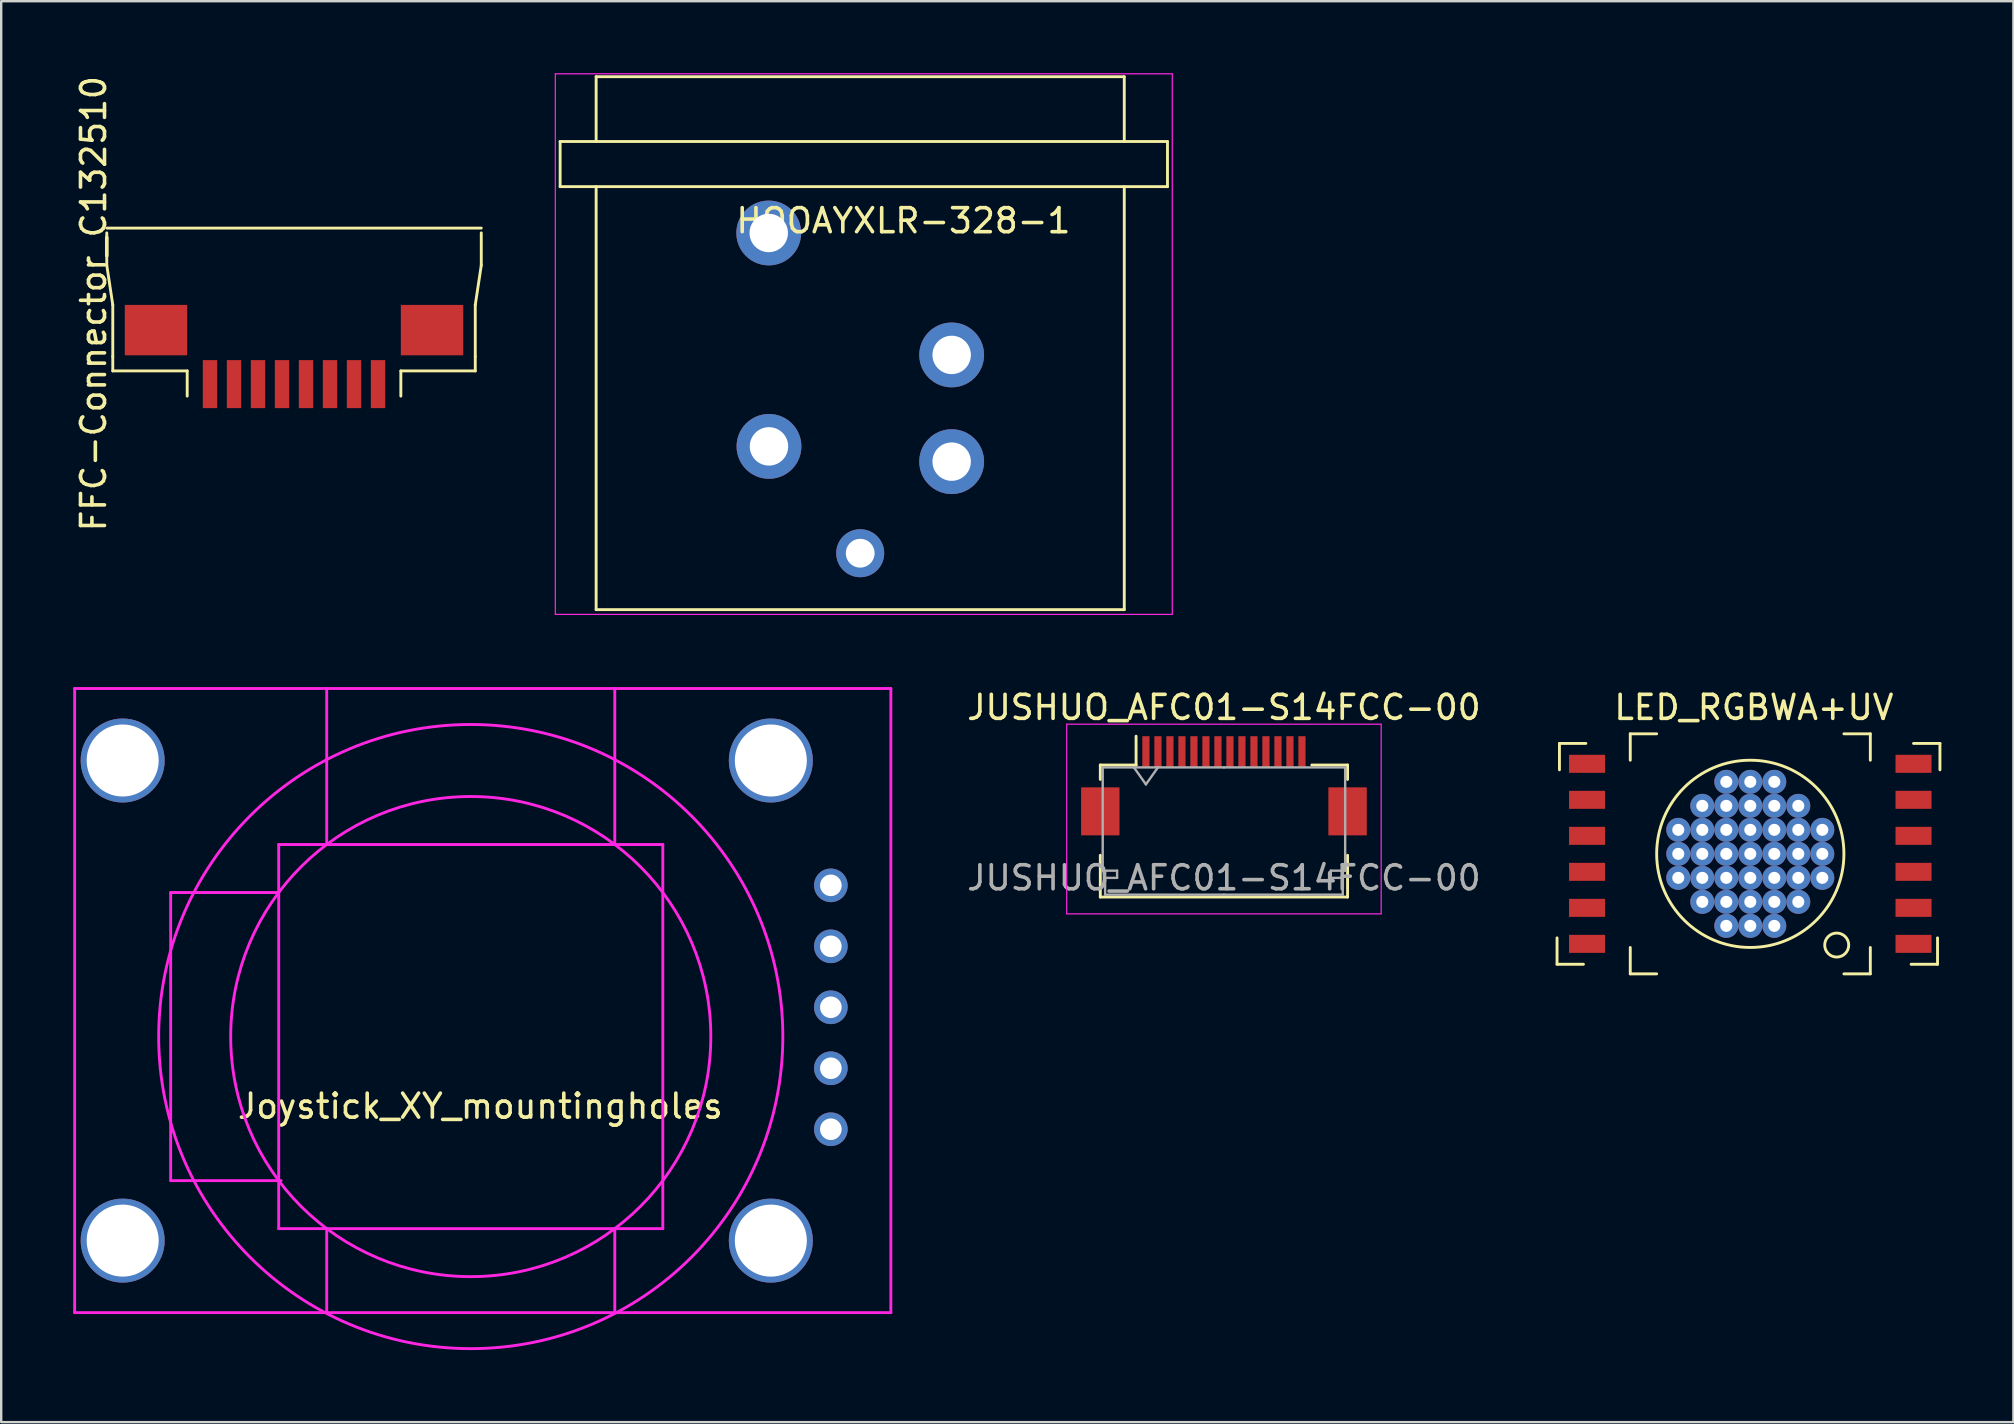
<source format=kicad_pcb>
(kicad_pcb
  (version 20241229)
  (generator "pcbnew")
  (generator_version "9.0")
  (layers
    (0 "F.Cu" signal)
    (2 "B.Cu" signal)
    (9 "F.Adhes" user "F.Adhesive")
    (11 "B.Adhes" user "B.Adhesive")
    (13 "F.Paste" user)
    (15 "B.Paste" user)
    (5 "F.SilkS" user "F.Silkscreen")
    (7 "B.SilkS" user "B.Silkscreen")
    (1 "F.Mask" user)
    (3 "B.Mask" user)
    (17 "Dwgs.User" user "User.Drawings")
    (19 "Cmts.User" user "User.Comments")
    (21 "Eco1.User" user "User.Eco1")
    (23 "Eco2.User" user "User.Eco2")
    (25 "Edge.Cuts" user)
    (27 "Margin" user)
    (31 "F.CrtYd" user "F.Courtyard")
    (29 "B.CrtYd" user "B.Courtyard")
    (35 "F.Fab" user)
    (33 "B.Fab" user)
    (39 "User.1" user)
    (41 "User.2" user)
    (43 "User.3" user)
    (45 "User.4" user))
  (footprint "JUSHUO_AFC01-S14FCC-00"
    (layer "F.Cu")
    (at 47.935 30.118)
    (property "Reference" "JUSHUO_AFC01-S14FCC-00" (at 0 -3.7 0) (layer "F.SilkS") (effects (font (size 1 1) (thickness 0.15))))
    (attr smd)
    (fp_line (start -5.15 -1.3) (end -5.15 -0.7) (stroke (width 0.12) (type solid)) (layer "F.SilkS"))
    (fp_line (start -5.15 2.46) (end -5.15 4.2) (stroke (width 0.12) (type solid)) (layer "F.SilkS"))
    (fp_line (start -5.15 4.2) (end 5.15 4.2) (stroke (width 0.12) (type solid)) (layer "F.SilkS"))
    (fp_line (start -3.66 -1.3) (end -5.15 -1.3) (stroke (width 0.12) (type solid)) (layer "F.SilkS"))
    (fp_line (start -3.66 -1.3) (end -3.66 -2.5) (stroke (width 0.12) (type solid)) (layer "F.SilkS"))
    (fp_line (start 3.66 -1.3) (end 5.15 -1.3) (stroke (width 0.12) (type solid)) (layer "F.SilkS"))
    (fp_line (start 5.15 -1.3) (end 5.15 -0.7) (stroke (width 0.12) (type solid)) (layer "F.SilkS"))
    (fp_line (start 5.15 4.2) (end 5.15 2.46) (stroke (width 0.12) (type solid)) (layer "F.SilkS"))
    (fp_line (start -6.55 -3) (end -6.55 4.9) (stroke (width 0.05) (type solid)) (layer "F.CrtYd"))
    (fp_line (start -6.55 4.9) (end 6.55 4.9) (stroke (width 0.05) (type solid)) (layer "F.CrtYd"))
    (fp_line (start 6.55 -3) (end -6.55 -3) (stroke (width 0.05) (type solid)) (layer "F.CrtYd"))
    (fp_line (start 6.55 4.9) (end 6.55 -3) (stroke (width 0.05) (type solid)) (layer "F.CrtYd"))
    (fp_line (start -5.05 -1.2) (end -5.05 3.1) (stroke (width 0.1) (type solid)) (layer "F.Fab"))
    (fp_line (start -5.05 3.1) (end -4.45 3.1) (stroke (width 0.1) (type solid)) (layer "F.Fab"))
    (fp_line (start -4.95 3.4) (end -4.95 4.1) (stroke (width 0.1) (type solid)) (layer "F.Fab"))
    (fp_line (start -4.95 4.1) (end 0 4.1) (stroke (width 0.1) (type solid)) (layer "F.Fab"))
    (fp_line (start -4.45 3.1) (end -4.45 3.4) (stroke (width 0.1) (type solid)) (layer "F.Fab"))
    (fp_line (start -4.45 3.4) (end -4.95 3.4) (stroke (width 0.1) (type solid)) (layer "F.Fab"))
    (fp_line (start -3.75 -1.2) (end -3.25 -0.493) (stroke (width 0.1) (type solid)) (layer "F.Fab"))
    (fp_line (start -3.25 -0.493) (end -2.75 -1.2) (stroke (width 0.1) (type solid)) (layer "F.Fab"))
    (fp_line (start 0 -1.2) (end -5.05 -1.2) (stroke (width 0.1) (type solid)) (layer "F.Fab"))
    (fp_line (start 0 -1.2) (end 5.05 -1.2) (stroke (width 0.1) (type solid)) (layer "F.Fab"))
    (fp_line (start 4.45 3.1) (end 4.45 3.4) (stroke (width 0.1) (type solid)) (layer "F.Fab"))
    (fp_line (start 4.45 3.4) (end 4.95 3.4) (stroke (width 0.1) (type solid)) (layer "F.Fab"))
    (fp_line (start 4.95 3.4) (end 4.95 4.1) (stroke (width 0.1) (type solid)) (layer "F.Fab"))
    (fp_line (start 4.95 4.1) (end 0 4.1) (stroke (width 0.1) (type solid)) (layer "F.Fab"))
    (fp_line (start 5.05 -1.2) (end 5.05 3.1) (stroke (width 0.1) (type solid)) (layer "F.Fab"))
    (fp_line (start 5.05 3.1) (end 4.45 3.1) (stroke (width 0.1) (type solid)) (layer "F.Fab"))
    (fp_text user "${REFERENCE}" (at 0 3.4 0) (layer "F.Fab") (effects (font (size 1 1) (thickness 0.15))))
    (pad "" smd rect (at -5.15 0.63) (size 1.6 2) (layers "F.Cu" "F.Mask" "F.Paste"))
    (pad "" smd rect (at 5.15 0.63) (size 1.6 2) (layers "F.Cu" "F.Mask" "F.Paste"))
    (pad "1" smd rect (at -3.25 -1.85) (size 0.3 1.3) (layers "F.Cu" "F.Mask" "F.Paste"))
    (pad "2" smd rect (at -2.75 -1.85) (size 0.3 1.3) (layers "F.Cu" "F.Mask" "F.Paste"))
    (pad "3" smd rect (at -2.25 -1.85) (size 0.3 1.3) (layers "F.Cu" "F.Mask" "F.Paste"))
    (pad "4" smd rect (at -1.75 -1.85) (size 0.3 1.3) (layers "F.Cu" "F.Mask" "F.Paste"))
    (pad "5" smd rect (at -1.25 -1.85) (size 0.3 1.3) (layers "F.Cu" "F.Mask" "F.Paste"))
    (pad "6" smd rect (at -0.75 -1.85) (size 0.3 1.3) (layers "F.Cu" "F.Mask" "F.Paste"))
    (pad "7" smd rect (at -0.25 -1.85) (size 0.3 1.3) (layers "F.Cu" "F.Mask" "F.Paste"))
    (pad "8" smd rect (at 0.25 -1.85) (size 0.3 1.3) (layers "F.Cu" "F.Mask" "F.Paste"))
    (pad "9" smd rect (at 0.75 -1.85) (size 0.3 1.3) (layers "F.Cu" "F.Mask" "F.Paste"))
    (pad "10" smd rect (at 1.25 -1.85) (size 0.3 1.3) (layers "F.Cu" "F.Mask" "F.Paste"))
    (pad "11" smd rect (at 1.75 -1.85) (size 0.3 1.3) (layers "F.Cu" "F.Mask" "F.Paste"))
    (pad "12" smd rect (at 2.25 -1.85) (size 0.3 1.3) (layers "F.Cu" "F.Mask" "F.Paste"))
    (pad "13" smd rect (at 2.75 -1.85) (size 0.3 1.3) (layers "F.Cu" "F.Mask" "F.Paste"))
    (pad "14" smd rect (at 3.25 -1.85) (size 0.3 1.3) (layers "F.Cu" "F.Mask" "F.Paste")))
  (footprint "FFC-Connector_C132510"
    (layer "F.Cu")
    (at 9.198 10.901)
    (property "Reference" "FFC-Connector_C132510" (at -8.35 -1.3 90) (layer "F.SilkS") (effects (font (size 1 1) (thickness 0.15))))
    (attr through_hole)
    (fp_line (start -7.8 -4.45) (end 7.8 -4.45) (stroke (width 0.12) (type solid)) (layer "F.SilkS"))
    (fp_line (start -7.8 -4.25) (end -7.8 -2.9) (stroke (width 0.12) (type solid)) (layer "F.SilkS"))
    (fp_line (start -7.8 -2.9) (end -7.55 -1.25) (stroke (width 0.12) (type solid)) (layer "F.SilkS"))
    (fp_line (start -7.55 -1.25) (end -7.55 0.9) (stroke (width 0.12) (type solid)) (layer "F.SilkS"))
    (fp_line (start -7.55 0.9) (end -7.55 1.5) (stroke (width 0.12) (type solid)) (layer "F.SilkS"))
    (fp_line (start -7.55 1.5) (end -4.45 1.5) (stroke (width 0.12) (type solid)) (layer "F.SilkS"))
    (fp_line (start -4.45 1.5) (end -4.45 2.55) (stroke (width 0.12) (type solid)) (layer "F.SilkS"))
    (fp_line (start 4.45 1.5) (end 4.45 2.55) (stroke (width 0.12) (type solid)) (layer "F.SilkS"))
    (fp_line (start 7.55 -1.25) (end 7.55 0.9) (stroke (width 0.12) (type solid)) (layer "F.SilkS"))
    (fp_line (start 7.55 0.9) (end 7.55 1.5) (stroke (width 0.12) (type solid)) (layer "F.SilkS"))
    (fp_line (start 7.55 1.5) (end 4.45 1.5) (stroke (width 0.12) (type solid)) (layer "F.SilkS"))
    (fp_line (start 7.8 -4.25) (end 7.8 -2.9) (stroke (width 0.12) (type solid)) (layer "F.SilkS"))
    (fp_line (start 7.8 -2.9) (end 7.55 -1.25) (stroke (width 0.12) (type solid)) (layer "F.SilkS"))
    (pad "" smd rect (at -5.75 -0.2 180) (size 2.6 2.1) (layers "F.Cu" "F.Mask" "F.Paste"))
    (pad "" smd rect (at 5.75 -0.2 180) (size 2.6 2.1) (layers "F.Cu" "F.Mask" "F.Paste"))
    (pad "1" smd rect (at -3.5 2.05) (size 0.6 2) (layers "F.Cu" "F.Mask" "F.Paste"))
    (pad "2" smd rect (at -2.5 2.05) (size 0.6 2) (layers "F.Cu" "F.Mask" "F.Paste"))
    (pad "3" smd rect (at -1.5 2.05) (size 0.6 2) (layers "F.Cu" "F.Mask" "F.Paste"))
    (pad "4" smd rect (at -0.5 2.05) (size 0.6 2) (layers "F.Cu" "F.Mask" "F.Paste"))
    (pad "5" smd rect (at 0.5 2.05) (size 0.6 2) (layers "F.Cu" "F.Mask" "F.Paste"))
    (pad "6" smd rect (at 1.5 2.05) (size 0.6 2) (layers "F.Cu" "F.Mask" "F.Paste"))
    (pad "7" smd rect (at 2.5 2.05) (size 0.6 2) (layers "F.Cu" "F.Mask" "F.Paste"))
    (pad "8" smd rect (at 3.5 2.05) (size 0.6 2) (layers "F.Cu" "F.Mask" "F.Paste")))
  (footprint "Joystick_XY_mountingholes"
    (layer "F.Cu")
    (at 16.56 40.13)
    (property "Reference" "Joystick_XY_mountingholes" (at 0.4 2.9 0) (layer "F.SilkS") (effects (font (size 1 1) (thickness 0.15))))
    (attr through_hole)
    (fp_line (start -16.5 -14.5) (end 17.5 -14.5) (stroke (width 0.12) (type solid)) (layer "F.CrtYd"))
    (fp_line (start -16.5 11.5) (end -16.5 -14.5) (stroke (width 0.12) (type solid)) (layer "F.CrtYd"))
    (fp_line (start -12.5 -6) (end -12.5 6) (stroke (width 0.12) (type solid)) (layer "F.CrtYd"))
    (fp_line (start -12.5 6) (end -7.9 6) (stroke (width 0.12) (type solid)) (layer "F.CrtYd"))
    (fp_line (start -8 -8) (end -8 8) (stroke (width 0.12) (type solid)) (layer "F.CrtYd"))
    (fp_line (start -8 -8) (end 8 -8) (stroke (width 0.12) (type solid)) (layer "F.CrtYd"))
    (fp_line (start -8 -6) (end -12.5 -6) (stroke (width 0.12) (type solid)) (layer "F.CrtYd"))
    (fp_line (start -6 -8) (end -6 -14.5) (stroke (width 0.12) (type solid)) (layer "F.CrtYd"))
    (fp_line (start -6 8) (end -6 11.5) (stroke (width 0.12) (type solid)) (layer "F.CrtYd"))
    (fp_line (start 6 -8) (end 6 -14.5) (stroke (width 0.12) (type solid)) (layer "F.CrtYd"))
    (fp_line (start 6 8) (end 6 11.5) (stroke (width 0.12) (type solid)) (layer "F.CrtYd"))
    (fp_line (start 8 8) (end -8 8) (stroke (width 0.12) (type solid)) (layer "F.CrtYd"))
    (fp_line (start 8 8) (end 8 -8) (stroke (width 0.12) (type solid)) (layer "F.CrtYd"))
    (fp_line (start 17.5 -14.5) (end 17.5 11.5) (stroke (width 0.12) (type solid)) (layer "F.CrtYd"))
    (fp_line (start 17.5 11.5) (end -16.5 11.5) (stroke (width 0.12) (type solid)) (layer "F.CrtYd"))
    (fp_circle (center 0 0) (end 10 0) (stroke (width 0.12) (type solid)) (fill no) (layer "F.CrtYd"))
    (fp_circle (center 0 0) (end 13 0) (stroke (width 0.12) (type solid)) (fill no) (layer "F.CrtYd"))
    (pad "" thru_hole circle (at -14.5 -11.5) (size 3.5 3.5) (drill 3) (layers "*.Cu" "*.Mask"))
    (pad "" thru_hole circle (at -14.5 8.5) (size 3.5 3.5) (drill 3) (layers "*.Cu" "*.Mask"))
    (pad "" thru_hole circle (at 12.5 -11.5) (size 3.5 3.5) (drill 3) (layers "*.Cu" "*.Mask"))
    (pad "" thru_hole circle (at 12.5 8.5) (size 3.5 3.5) (drill 3) (layers "*.Cu" "*.Mask"))
    (pad "1" thru_hole circle (at 15 3.86) (size 1.4 1.4) (drill 0.9) (layers "*.Cu" "*.Mask"))
    (pad "2" thru_hole circle (at 15 1.32) (size 1.4 1.4) (drill 0.9) (layers "*.Cu" "*.Mask"))
    (pad "3" thru_hole circle (at 15 -1.22) (size 1.4 1.4) (drill 0.9) (layers "*.Cu" "*.Mask"))
    (pad "4" thru_hole circle (at 15 -3.76) (size 1.4 1.4) (drill 0.9) (layers "*.Cu" "*.Mask"))
    (pad "5" thru_hole circle (at 15 -6.3) (size 1.4 1.4) (drill 0.9) (layers "*.Cu" "*.Mask")))
  (footprint "HOOAYXLR-328-1"
    (layer "F.Cu")
    (at 32.783 2.845)
    (property "Reference" "HOOAYXLR-328-1" (at 1.8 3.3 180) (layer "F.SilkS") (effects (font (size 1 1) (thickness 0.15))))
    (attr through_hole)
    (fp_line (start -12.5 0) (end -12.5 1.88) (stroke (width 0.12) (type solid)) (layer "F.SilkS"))
    (fp_line (start -12.5 1.88) (end 12.8 1.88) (stroke (width 0.12) (type solid)) (layer "F.SilkS"))
    (fp_line (start -11 -2.7) (end -11 0) (stroke (width 0.12) (type solid)) (layer "F.SilkS"))
    (fp_line (start -11 19.5) (end -11 1.88) (stroke (width 0.12) (type solid)) (layer "F.SilkS"))
    (fp_line (start 11 -2.7) (end -11 -2.7) (stroke (width 0.12) (type solid)) (layer "F.SilkS"))
    (fp_line (start 11 0) (end 11 -2.7) (stroke (width 0.12) (type solid)) (layer "F.SilkS"))
    (fp_line (start 11 19.5) (end -11 19.5) (stroke (width 0.12) (type solid)) (layer "F.SilkS"))
    (fp_line (start 11 19.5) (end 11 1.88) (stroke (width 0.12) (type solid)) (layer "F.SilkS"))
    (fp_line (start 12.8 0) (end -12.5 0) (stroke (width 0.12) (type solid)) (layer "F.SilkS"))
    (fp_line (start 12.8 1.88) (end 12.8 0) (stroke (width 0.12) (type solid)) (layer "F.SilkS"))
    (fp_line (start -12.7 -2.82) (end -12.7 19.7) (stroke (width 0.05) (type solid)) (layer "F.CrtYd"))
    (fp_line (start -12.7 -2.82) (end 13 -2.82) (stroke (width 0.05) (type solid)) (layer "F.CrtYd"))
    (fp_line (start 13 19.7) (end -12.7 19.7) (stroke (width 0.05) (type solid)) (layer "F.CrtYd"))
    (fp_line (start 13 19.7) (end 13 -2.82) (stroke (width 0.05) (type solid)) (layer "F.CrtYd"))
    (pad "" thru_hole circle (at -3.81 3.81) (size 2.7 2.7) (drill 1.6) (layers "*.Cu" "*.Mask"))
    (pad "" thru_hole circle (at 3.81 8.89) (size 2.7 2.7) (drill 1.6) (layers "*.Cu" "*.Mask"))
    (pad "1" thru_hole circle (at -3.8 12.7) (size 2.7 2.7) (drill 1.6) (layers "*.Cu" "*.Mask"))
    (pad "2" thru_hole circle (at 3.81 13.335) (size 2.7 2.7) (drill 1.6) (layers "*.Cu" "*.Mask"))
    (pad "3" thru_hole circle (at 0 17.15) (size 2 2) (drill 1.2) (layers "*.Cu" "*.Mask")))
  (footprint "LED_RGBWA+UV"
    (layer "F.Cu")
    (at 69.861 32.518)
    (property "Reference" "LED_RGBWA+UV" (at 0.15 -6.1 0) (layer "F.SilkS") (effects (font (size 1 1) (thickness 0.15))))
    (attr through_hole)
    (fp_line (start -8.05 4.6) (end -8.05 3.5) (stroke (width 0.12) (type solid)) (layer "F.SilkS"))
    (fp_line (start -7.95 -4.6) (end -6.85 -4.6) (stroke (width 0.12) (type solid)) (layer "F.SilkS"))
    (fp_line (start -7.95 -3.5) (end -7.95 -4.6) (stroke (width 0.12) (type solid)) (layer "F.SilkS"))
    (fp_line (start -6.95 4.6) (end -8.05 4.6) (stroke (width 0.12) (type solid)) (layer "F.SilkS"))
    (fp_line (start -5 -5) (end -3.9 -5) (stroke (width 0.12) (type solid)) (layer "F.SilkS"))
    (fp_line (start -5 -3.9) (end -5 -5) (stroke (width 0.12) (type solid)) (layer "F.SilkS"))
    (fp_line (start -5 5) (end -5 3.9) (stroke (width 0.12) (type solid)) (layer "F.SilkS"))
    (fp_line (start -3.9 5) (end -5 5) (stroke (width 0.12) (type solid)) (layer "F.SilkS"))
    (fp_line (start 3.9 -5) (end 5 -5) (stroke (width 0.12) (type solid)) (layer "F.SilkS"))
    (fp_line (start 5 -5) (end 5 -3.9) (stroke (width 0.12) (type solid)) (layer "F.SilkS"))
    (fp_line (start 5 3.9) (end 5 5) (stroke (width 0.12) (type solid)) (layer "F.SilkS"))
    (fp_line (start 5 5) (end 3.9 5) (stroke (width 0.12) (type solid)) (layer "F.SilkS"))
    (fp_line (start 6.8 -4.6) (end 7.9 -4.6) (stroke (width 0.12) (type solid)) (layer "F.SilkS"))
    (fp_line (start 7.8 3.5) (end 7.8 4.6) (stroke (width 0.12) (type solid)) (layer "F.SilkS"))
    (fp_line (start 7.8 4.6) (end 6.7 4.6) (stroke (width 0.12) (type solid)) (layer "F.SilkS"))
    (fp_line (start 7.9 -4.6) (end 7.9 -3.5) (stroke (width 0.12) (type solid)) (layer "F.SilkS"))
    (fp_circle (center 0 0) (end 3.9 0) (stroke (width 0.12) (type solid)) (fill no) (layer "F.SilkS"))
    (fp_circle (center 3.6 3.8) (end 4 4.1) (stroke (width 0.12) (type solid)) (fill no) (layer "F.SilkS"))
    (pad "1" smd rect (at -6.8 -3.75 180) (size 1.5 0.75) (layers "F.Cu" "F.Mask" "F.Paste"))
    (pad "2" smd rect (at -6.8 -2.25 180) (size 1.5 0.75) (layers "F.Cu" "F.Mask" "F.Paste"))
    (pad "3" smd rect (at -6.8 -0.75 180) (size 1.5 0.75) (layers "F.Cu" "F.Mask" "F.Paste"))
    (pad "4" smd rect (at -6.8 0.75 180) (size 1.5 0.75) (layers "F.Cu" "F.Mask" "F.Paste"))
    (pad "5" smd rect (at -6.8 2.25 180) (size 1.5 0.75) (layers "F.Cu" "F.Mask" "F.Paste"))
    (pad "6" smd rect (at -6.8 3.75 180) (size 1.5 0.75) (layers "F.Cu" "F.Mask" "F.Paste"))
    (pad "7" smd rect (at 6.8 3.75) (size 1.5 0.75) (layers "F.Cu" "F.Mask" "F.Paste"))
    (pad "8" smd rect (at 6.8 2.25) (size 1.5 0.75) (layers "F.Cu" "F.Mask" "F.Paste"))
    (pad "9" smd rect (at 6.8 0.75) (size 1.5 0.75) (layers "F.Cu" "F.Mask" "F.Paste"))
    (pad "10" smd rect (at 6.8 -0.75) (size 1.5 0.75) (layers "F.Cu" "F.Mask" "F.Paste"))
    (pad "11" smd rect (at 6.8 -2.25) (size 1.5 0.75) (layers "F.Cu" "F.Mask" "F.Paste"))
    (pad "12" smd rect (at 6.8 -3.75) (size 1.5 0.75) (layers "F.Cu" "F.Mask" "F.Paste"))
    (pad "13" thru_hole circle (at -3 -1 180) (size 1 1) (drill 0.5) (layers "*.Cu" "*.Mask"))
    (pad "13" thru_hole circle (at -3 0 180) (size 1 1) (drill 0.5) (layers "*.Cu" "*.Mask"))
    (pad "13" thru_hole circle (at -3 1 180) (size 1 1) (drill 0.5) (layers "*.Cu" "*.Mask"))
    (pad "13" thru_hole circle (at -2 -2 180) (size 1 1) (drill 0.5) (layers "*.Cu" "*.Mask"))
    (pad "13" thru_hole circle (at -2 -1 180) (size 1 1) (drill 0.5) (layers "*.Cu" "*.Mask"))
    (pad "13" thru_hole circle (at -2 0 180) (size 1 1) (drill 0.5) (layers "*.Cu" "*.Mask"))
    (pad "13" thru_hole circle (at -2 1 180) (size 1 1) (drill 0.5) (layers "*.Cu" "*.Mask"))
    (pad "13" thru_hole circle (at -2 2 180) (size 1 1) (drill 0.5) (layers "*.Cu" "*.Mask"))
    (pad "13" thru_hole circle (at -1 -3 180) (size 1 1) (drill 0.5) (layers "*.Cu" "*.Mask"))
    (pad "13" thru_hole circle (at -1 -2 180) (size 1 1) (drill 0.5) (layers "*.Cu" "*.Mask"))
    (pad "13" thru_hole circle (at -1 -1 180) (size 1 1) (drill 0.5) (layers "*.Cu" "*.Mask"))
    (pad "13" thru_hole circle (at -1 0 180) (size 1 1) (drill 0.5) (layers "*.Cu" "*.Mask"))
    (pad "13" thru_hole circle (at -1 1 180) (size 1 1) (drill 0.5) (layers "*.Cu" "*.Mask"))
    (pad "13" thru_hole circle (at -1 2 180) (size 1 1) (drill 0.5) (layers "*.Cu" "*.Mask"))
    (pad "13" thru_hole circle (at -1 3 180) (size 1 1) (drill 0.5) (layers "*.Cu" "*.Mask"))
    (pad "13" thru_hole circle (at 0 -3 180) (size 1 1) (drill 0.5) (layers "*.Cu" "*.Mask"))
    (pad "13" thru_hole circle (at 0 -2 180) (size 1 1) (drill 0.5) (layers "*.Cu" "*.Mask"))
    (pad "13" thru_hole circle (at 0 -1 180) (size 1 1) (drill 0.5) (layers "*.Cu" "*.Mask"))
    (pad "13" thru_hole circle (at 0 0 180) (size 1 1) (drill 0.5) (layers "*.Cu" "*.Mask"))
    (pad "13" thru_hole circle (at 0 1 180) (size 1 1) (drill 0.5) (layers "*.Cu" "*.Mask"))
    (pad "13" thru_hole circle (at 0 2 180) (size 1 1) (drill 0.5) (layers "*.Cu" "*.Mask"))
    (pad "13" thru_hole circle (at 0 3 180) (size 1 1) (drill 0.5) (layers "*.Cu" "*.Mask"))
    (pad "13" thru_hole circle (at 1 -3 180) (size 1 1) (drill 0.5) (layers "*.Cu" "*.Mask"))
    (pad "13" thru_hole circle (at 1 -2 180) (size 1 1) (drill 0.5) (layers "*.Cu" "*.Mask"))
    (pad "13" thru_hole circle (at 1 -1 180) (size 1 1) (drill 0.5) (layers "*.Cu" "*.Mask"))
    (pad "13" thru_hole circle (at 1 0 180) (size 1 1) (drill 0.5) (layers "*.Cu" "*.Mask"))
    (pad "13" thru_hole circle (at 1 1 180) (size 1 1) (drill 0.5) (layers "*.Cu" "*.Mask"))
    (pad "13" thru_hole circle (at 1 2 180) (size 1 1) (drill 0.5) (layers "*.Cu" "*.Mask"))
    (pad "13" thru_hole circle (at 1 3 180) (size 1 1) (drill 0.5) (layers "*.Cu" "*.Mask"))
    (pad "13" thru_hole circle (at 2 -2) (size 1 1) (drill 0.5) (layers "*.Cu" "*.Mask"))
    (pad "13" thru_hole circle (at 2 -1) (size 1 1) (drill 0.5) (layers "*.Cu" "*.Mask"))
    (pad "13" thru_hole circle (at 2 0) (size 1 1) (drill 0.5) (layers "*.Cu" "*.Mask"))
    (pad "13" thru_hole circle (at 2 1) (size 1 1) (drill 0.5) (layers "*.Cu" "*.Mask"))
    (pad "13" thru_hole circle (at 2 2) (size 1 1) (drill 0.5) (layers "*.Cu" "*.Mask"))
    (pad "13" thru_hole circle (at 3 -1) (size 1 1) (drill 0.5) (layers "*.Cu" "*.Mask"))
    (pad "13" thru_hole circle (at 3 0) (size 1 1) (drill 0.5) (layers "*.Cu" "*.Mask"))
    (pad "13" thru_hole circle (at 3 1) (size 1 1) (drill 0.5) (layers "*.Cu" "*.Mask")))
  (gr_rect
    (start -3 -3)
    (end 80.821 56.19)
    (stroke (width 0.1) (type default))
    (fill no)
    (layer "Edge.Cuts")))
</source>
